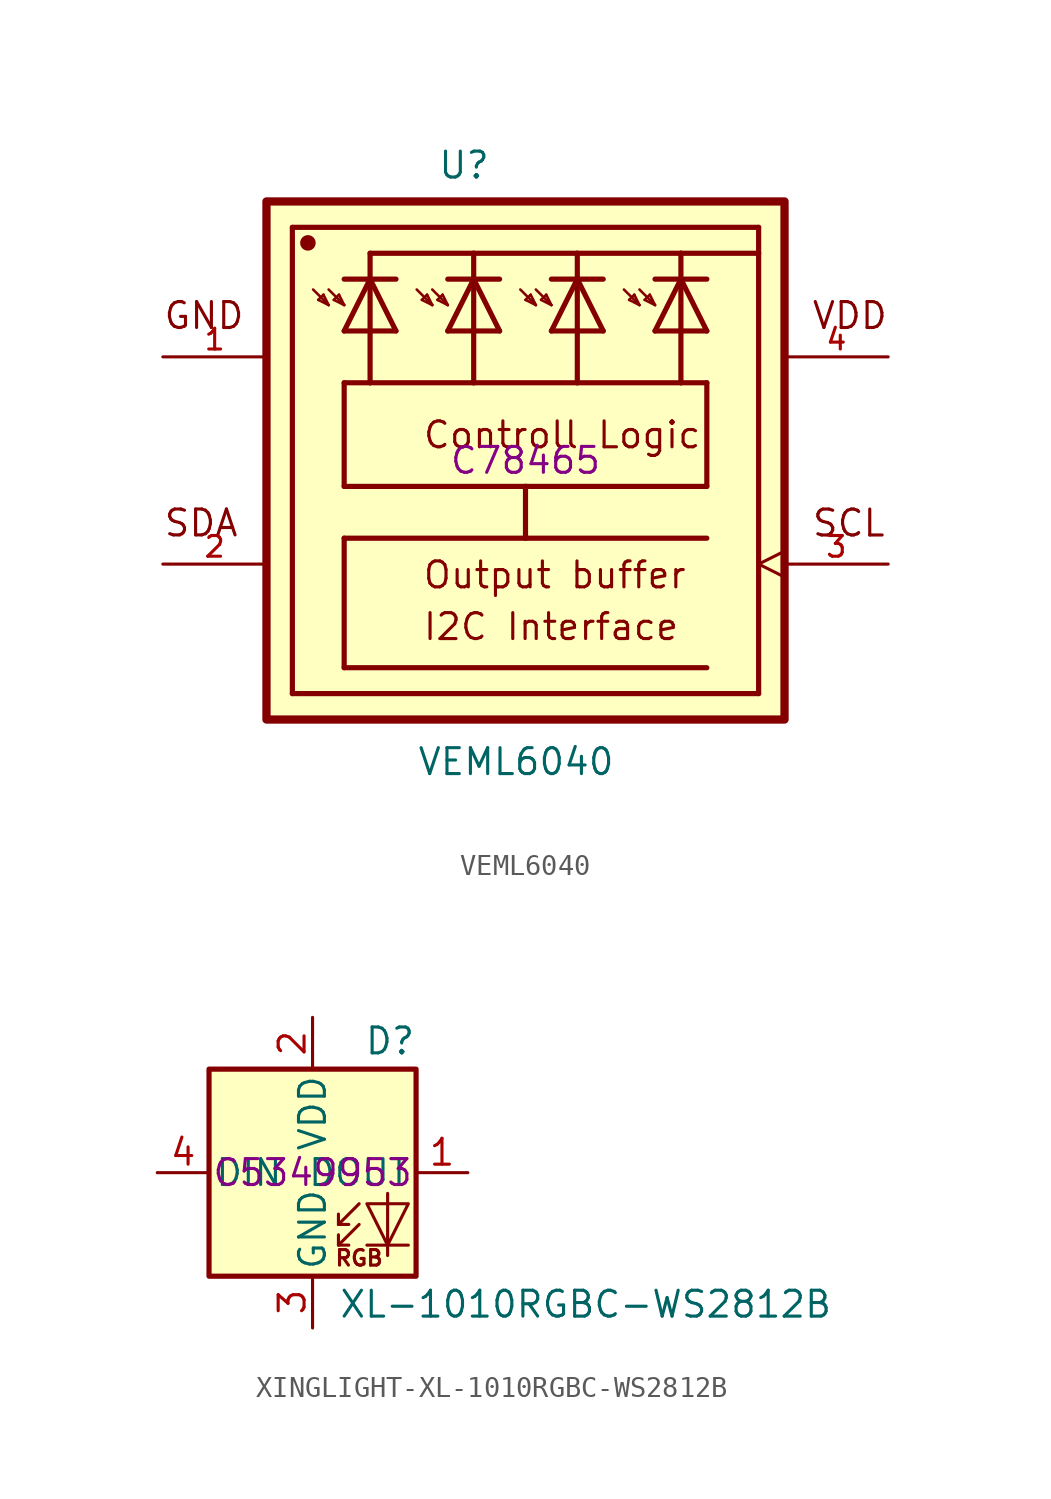
<source format=kicad_sym>
(kicad_symbol_lib
  (version 20231120)
  (generator "kicad_symbol_editor")
  (generator_version "8.0")
  (symbol "VEML6040"
    (pin_names
      (offset 1.016))
    (property "Reference" "U"
      (at -4.324 13.734 0)
      (effects (font (size 1.27 1.27)) (justify left bottom)))
    (property "Value" "VEML6040"
      (at -5.341 -15.514 0)
      (effects (font (size 1.27 1.27)) (justify left bottom)))
    (property "LCSC" "C78465"
      (at 0 0 0)
      (effects (font (size 1.27 1.27))))
    (symbol "VEML6040_0_0"
      (rectangle (start -12.7 -12.7) (end 12.7 12.7) (stroke (width 0.406) (type default)) (fill (type background)))
      (circle (center -10.668 10.668) (radius 0.127) (stroke (width 0.254) (type default)) (fill (type none)))
      (circle (center -10.668 10.668) (radius 0.254) (stroke (width 0.254) (type default)) (fill (type none)))
      (polyline (pts (xy -11.43 -11.43) (xy -11.43 11.43)) (stroke (width 0.254) (type default)) (fill (type none)))
      (polyline (pts (xy -11.43 11.43) (xy 11.43 11.43)) (stroke (width 0.254) (type default)) (fill (type none)))
      (polyline (pts (xy -10.16 7.874) (xy -9.906 8.128)) (stroke (width 0.127) (type default)) (fill (type none)))
      (polyline (pts (xy -9.906 8.128) (xy -9.652 7.62)) (stroke (width 0.127) (type default)) (fill (type none)))
      (polyline (pts (xy -9.652 7.62) (xy -10.414 8.382)) (stroke (width 0.127) (type default)) (fill (type none)))
      (polyline (pts (xy -9.652 7.62) (xy -10.16 7.874)) (stroke (width 0.127) (type default)) (fill (type none)))
      (polyline (pts (xy -9.398 7.874) (xy -9.144 8.128)) (stroke (width 0.127) (type default)) (fill (type none)))
      (polyline (pts (xy -9.144 8.128) (xy -8.89 7.62)) (stroke (width 0.127) (type default)) (fill (type none)))
      (polyline (pts (xy -8.89 -10.16) (xy 8.89 -10.16)) (stroke (width 0.254) (type default)) (fill (type none)))
      (polyline (pts (xy -8.89 -3.81) (xy -8.89 -10.16)) (stroke (width 0.254) (type default)) (fill (type none)))
      (polyline (pts (xy -8.89 -1.27) (xy -8.89 3.81)) (stroke (width 0.254) (type default)) (fill (type none)))
      (polyline (pts (xy -8.89 3.81) (xy -7.62 3.81)) (stroke (width 0.254) (type default)) (fill (type none)))
      (polyline (pts (xy -8.89 6.35) (xy -6.35 6.35)) (stroke (width 0.254) (type default)) (fill (type none)))
      (polyline (pts (xy -8.89 7.62) (xy -9.652 8.382)) (stroke (width 0.127) (type default)) (fill (type none)))
      (polyline (pts (xy -8.89 7.62) (xy -9.398 7.874)) (stroke (width 0.127) (type default)) (fill (type none)))
      (polyline (pts (xy -7.62 3.81) (xy -7.62 8.89)) (stroke (width 0.254) (type default)) (fill (type none)))
      (polyline (pts (xy -7.62 3.81) (xy -2.54 3.81)) (stroke (width 0.254) (type default)) (fill (type none)))
      (polyline (pts (xy -7.62 8.89) (xy -8.89 6.35)) (stroke (width 0.254) (type default)) (fill (type none)))
      (polyline (pts (xy -7.62 8.89) (xy -8.89 8.89)) (stroke (width 0.254) (type default)) (fill (type none)))
      (polyline (pts (xy -7.62 8.89) (xy -7.62 10.16)) (stroke (width 0.254) (type default)) (fill (type none)))
      (polyline (pts (xy -7.62 10.16) (xy -2.54 10.16)) (stroke (width 0.254) (type default)) (fill (type none)))
      (polyline (pts (xy -6.35 6.35) (xy -7.62 8.89)) (stroke (width 0.254) (type default)) (fill (type none)))
      (polyline (pts (xy -6.35 8.89) (xy -7.62 8.89)) (stroke (width 0.254) (type default)) (fill (type none)))
      (polyline (pts (xy -5.08 7.874) (xy -4.826 8.128)) (stroke (width 0.127) (type default)) (fill (type none)))
      (polyline (pts (xy -4.826 8.128) (xy -4.572 7.62)) (stroke (width 0.127) (type default)) (fill (type none)))
      (polyline (pts (xy -4.572 7.62) (xy -5.334 8.382)) (stroke (width 0.127) (type default)) (fill (type none)))
      (polyline (pts (xy -4.572 7.62) (xy -5.08 7.874)) (stroke (width 0.127) (type default)) (fill (type none)))
      (polyline (pts (xy -4.318 7.874) (xy -4.064 8.128)) (stroke (width 0.127) (type default)) (fill (type none)))
      (polyline (pts (xy -4.064 8.128) (xy -3.81 7.62)) (stroke (width 0.127) (type default)) (fill (type none)))
      (polyline (pts (xy -3.81 6.35) (xy -1.27 6.35)) (stroke (width 0.254) (type default)) (fill (type none)))
      (polyline (pts (xy -3.81 7.62) (xy -4.572 8.382)) (stroke (width 0.127) (type default)) (fill (type none)))
      (polyline (pts (xy -3.81 7.62) (xy -4.318 7.874)) (stroke (width 0.127) (type default)) (fill (type none)))
      (polyline (pts (xy -2.54 3.81) (xy -2.54 8.89)) (stroke (width 0.254) (type default)) (fill (type none)))
      (polyline (pts (xy -2.54 3.81) (xy 2.54 3.81)) (stroke (width 0.254) (type default)) (fill (type none)))
      (polyline (pts (xy -2.54 8.89) (xy -3.81 6.35)) (stroke (width 0.254) (type default)) (fill (type none)))
      (polyline (pts (xy -2.54 8.89) (xy -3.81 8.89)) (stroke (width 0.254) (type default)) (fill (type none)))
      (polyline (pts (xy -2.54 8.89) (xy -2.54 10.16)) (stroke (width 0.254) (type default)) (fill (type none)))
      (polyline (pts (xy -2.54 10.16) (xy 2.54 10.16)) (stroke (width 0.254) (type default)) (fill (type none)))
      (polyline (pts (xy -1.27 6.35) (xy -2.54 8.89)) (stroke (width 0.254) (type default)) (fill (type none)))
      (polyline (pts (xy -1.27 8.89) (xy -2.54 8.89)) (stroke (width 0.254) (type default)) (fill (type none)))
      (polyline (pts (xy 0 -3.81) (xy -8.89 -3.81)) (stroke (width 0.254) (type default)) (fill (type none)))
      (polyline (pts (xy 0 -1.27) (xy -8.89 -1.27)) (stroke (width 0.254) (type default)) (fill (type none)))
      (polyline (pts (xy 0 -1.27) (xy 0 -3.81)) (stroke (width 0.254) (type default)) (fill (type none)))
      (polyline (pts (xy 0 7.874) (xy 0.254 8.128)) (stroke (width 0.127) (type default)) (fill (type none)))
      (polyline (pts (xy 0.254 8.128) (xy 0.508 7.62)) (stroke (width 0.127) (type default)) (fill (type none)))
      (polyline (pts (xy 0.508 7.62) (xy -0.254 8.382)) (stroke (width 0.127) (type default)) (fill (type none)))
      (polyline (pts (xy 0.508 7.62) (xy 0 7.874)) (stroke (width 0.127) (type default)) (fill (type none)))
      (polyline (pts (xy 0.762 7.874) (xy 1.016 8.128)) (stroke (width 0.127) (type default)) (fill (type none)))
      (polyline (pts (xy 1.016 8.128) (xy 1.27 7.62)) (stroke (width 0.127) (type default)) (fill (type none)))
      (polyline (pts (xy 1.27 6.35) (xy 3.81 6.35)) (stroke (width 0.254) (type default)) (fill (type none)))
      (polyline (pts (xy 1.27 7.62) (xy 0.508 8.382)) (stroke (width 0.127) (type default)) (fill (type none)))
      (polyline (pts (xy 1.27 7.62) (xy 0.762 7.874)) (stroke (width 0.127) (type default)) (fill (type none)))
      (polyline (pts (xy 2.54 3.81) (xy 2.54 8.89)) (stroke (width 0.254) (type default)) (fill (type none)))
      (polyline (pts (xy 2.54 3.81) (xy 7.62 3.81)) (stroke (width 0.254) (type default)) (fill (type none)))
      (polyline (pts (xy 2.54 8.89) (xy 1.27 6.35)) (stroke (width 0.254) (type default)) (fill (type none)))
      (polyline (pts (xy 2.54 8.89) (xy 1.27 8.89)) (stroke (width 0.254) (type default)) (fill (type none)))
      (polyline (pts (xy 2.54 8.89) (xy 2.54 10.16)) (stroke (width 0.254) (type default)) (fill (type none)))
      (polyline (pts (xy 2.54 10.16) (xy 7.62 10.16)) (stroke (width 0.254) (type default)) (fill (type none)))
      (polyline (pts (xy 3.81 6.35) (xy 2.54 8.89)) (stroke (width 0.254) (type default)) (fill (type none)))
      (polyline (pts (xy 3.81 8.89) (xy 2.54 8.89)) (stroke (width 0.254) (type default)) (fill (type none)))
      (polyline (pts (xy 5.08 7.874) (xy 5.334 8.128)) (stroke (width 0.127) (type default)) (fill (type none)))
      (polyline (pts (xy 5.334 8.128) (xy 5.588 7.62)) (stroke (width 0.127) (type default)) (fill (type none)))
      (polyline (pts (xy 5.588 7.62) (xy 4.826 8.382)) (stroke (width 0.127) (type default)) (fill (type none)))
      (polyline (pts (xy 5.588 7.62) (xy 5.08 7.874)) (stroke (width 0.127) (type default)) (fill (type none)))
      (polyline (pts (xy 5.842 7.874) (xy 6.096 8.128)) (stroke (width 0.127) (type default)) (fill (type none)))
      (polyline (pts (xy 6.096 8.128) (xy 6.35 7.62)) (stroke (width 0.127) (type default)) (fill (type none)))
      (polyline (pts (xy 6.35 6.35) (xy 8.89 6.35)) (stroke (width 0.254) (type default)) (fill (type none)))
      (polyline (pts (xy 6.35 7.62) (xy 5.588 8.382)) (stroke (width 0.127) (type default)) (fill (type none)))
      (polyline (pts (xy 6.35 7.62) (xy 5.842 7.874)) (stroke (width 0.127) (type default)) (fill (type none)))
      (polyline (pts (xy 7.62 3.81) (xy 7.62 8.89)) (stroke (width 0.254) (type default)) (fill (type none)))
      (polyline (pts (xy 7.62 3.81) (xy 8.89 3.81)) (stroke (width 0.254) (type default)) (fill (type none)))
      (polyline (pts (xy 7.62 8.89) (xy 6.35 6.35)) (stroke (width 0.254) (type default)) (fill (type none)))
      (polyline (pts (xy 7.62 8.89) (xy 6.35 8.89)) (stroke (width 0.254) (type default)) (fill (type none)))
      (polyline (pts (xy 7.62 8.89) (xy 7.62 10.16)) (stroke (width 0.254) (type default)) (fill (type none)))
      (polyline (pts (xy 7.62 10.16) (xy 11.43 10.16)) (stroke (width 0.254) (type default)) (fill (type none)))
      (polyline (pts (xy 8.89 -3.81) (xy 0 -3.81)) (stroke (width 0.254) (type default)) (fill (type none)))
      (polyline (pts (xy 8.89 -1.27) (xy 0 -1.27)) (stroke (width 0.254) (type default)) (fill (type none)))
      (polyline (pts (xy 8.89 3.81) (xy 8.89 -1.27)) (stroke (width 0.254) (type default)) (fill (type none)))
      (polyline (pts (xy 8.89 6.35) (xy 7.62 8.89)) (stroke (width 0.254) (type default)) (fill (type none)))
      (polyline (pts (xy 8.89 8.89) (xy 7.62 8.89)) (stroke (width 0.254) (type default)) (fill (type none)))
      (polyline (pts (xy 11.43 -11.43) (xy -11.43 -11.43)) (stroke (width 0.254) (type default)) (fill (type none)))
      (polyline (pts (xy 11.43 10.16) (xy 11.43 -11.43)) (stroke (width 0.254) (type default)) (fill (type none)))
      (polyline (pts (xy 11.43 11.43) (xy 11.43 10.16)) (stroke (width 0.254) (type default)) (fill (type none)))
      (text "Controll Logic" (at -5.083 0.508 0) (effects (font (size 1.271 1.271)) (justify left bottom)))
      (text "GND" (at -17.8 6.357 0) (effects (font (size 1.271 1.271)) (justify left bottom)))
      (text "I2C Interface" (at -5.082 -8.894 0) (effects (font (size 1.271 1.271)) (justify left bottom)))
      (text "Output buffer" (at -5.087 -6.359 0) (effects (font (size 1.272 1.272)) (justify left bottom)))
      (text "SCL" (at 13.992 -3.816 0) (effects (font (size 1.272 1.272)) (justify left bottom)))
      (text "SDA" (at -17.787 -3.812 0) (effects (font (size 1.27 1.27)) (justify left bottom)))
      (text "VDD" (at 13.985 6.357 0) (effects (font (size 1.271 1.271)) (justify left bottom)))
      (pin power_in line (at -17.78 5.08 0) (length 5.08) (name "~" (effects (font (size 1.016 1.016)))) (number "1" (effects (font (size 1.016 1.016)))))
      (pin bidirectional line (at -17.78 -5.08 0) (length 5.08) (name "~" (effects (font (size 1.016 1.016)))) (number "2" (effects (font (size 1.016 1.016)))))
      (pin input clock (at 17.78 -5.08 180) (length 5.08) (name "~" (effects (font (size 1.016 1.016)))) (number "3" (effects (font (size 1.016 1.016)))))
      (pin power_in line (at 17.78 5.08 180) (length 5.08) (name "~" (effects (font (size 1.016 1.016)))) (number "4" (effects (font (size 1.016 1.016)))))))
  (symbol "XINGLIGHT-XL-1010RGBC-WS2812B"
    (pin_names
      (offset 0.254))
    (property "Reference" "D"
      (at 5.08 5.715 0)
      (effects (font (size 1.27 1.27)) (justify right bottom)))
    (property "Value" "XL-1010RGBC-WS2812B"
      (at 1.27 -5.715 0)
      (effects (font (size 1.27 1.27)) (justify left top)))
    (property "LCSC" "C5349953"
      (at 0 0 0)
      (effects (font (size 1.27 1.27))))
    (symbol "XINGLIGHT-XL-1010RGBC-WS2812B_0_0"
      (text "RGB" (at 2.286 -4.191 0) (effects (font (size 0.762 0.762)))))
    (symbol "XINGLIGHT-XL-1010RGBC-WS2812B_0_1"
      (polyline (pts (xy 1.27 -3.556) (xy 1.778 -3.556)) (stroke (width 0) (type default)) (fill (type none)))
      (polyline (pts (xy 1.27 -2.54) (xy 1.778 -2.54)) (stroke (width 0) (type default)) (fill (type none)))
      (polyline (pts (xy 4.699 -3.556) (xy 2.667 -3.556)) (stroke (width 0) (type default)) (fill (type none)))
      (polyline (pts (xy 2.286 -2.54) (xy 1.27 -3.556) (xy 1.27 -3.048)) (stroke (width 0) (type default)) (fill (type none)))
      (polyline (pts (xy 2.286 -1.524) (xy 1.27 -2.54) (xy 1.27 -2.032)) (stroke (width 0) (type default)) (fill (type none)))
      (polyline (pts (xy 3.683 -1.016) (xy 3.683 -3.556) (xy 3.683 -4.064)) (stroke (width 0) (type default)) (fill (type none)))
      (polyline (pts (xy 4.699 -1.524) (xy 2.667 -1.524) (xy 3.683 -3.556) (xy 4.699 -1.524)) (stroke (width 0) (type default)) (fill (type none)))
      (rectangle (start 5.08 5.08) (end -5.08 -5.08) (stroke (width 0.254) (type default)) (fill (type background))))
    (symbol "XINGLIGHT-XL-1010RGBC-WS2812B_1_1"
      (pin output line (at 7.62 0 180) (length 2.54) (name "DOUT" (effects (font (size 1.27 1.27)))) (number "1" (effects (font (size 1.27 1.27)))))
      (pin power_in line (at 0 7.62 270) (length 2.54) (name "VDD" (effects (font (size 1.27 1.27)))) (number "2" (effects (font (size 1.27 1.27)))))
      (pin power_in line (at 0 -7.62 90) (length 2.54) (name "GND" (effects (font (size 1.27 1.27)))) (number "3" (effects (font (size 1.27 1.27)))))
      (pin input line (at -7.62 0 0) (length 2.54) (name "DIN" (effects (font (size 1.27 1.27)))) (number "4" (effects (font (size 1.27 1.27))))))))
</source>
